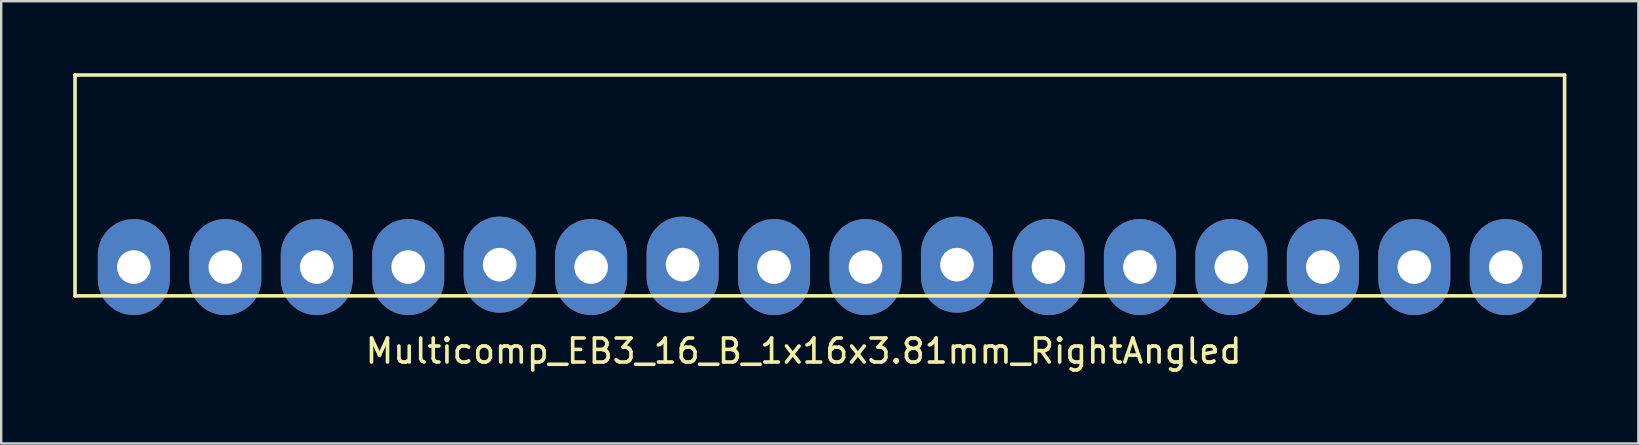
<source format=kicad_pcb>
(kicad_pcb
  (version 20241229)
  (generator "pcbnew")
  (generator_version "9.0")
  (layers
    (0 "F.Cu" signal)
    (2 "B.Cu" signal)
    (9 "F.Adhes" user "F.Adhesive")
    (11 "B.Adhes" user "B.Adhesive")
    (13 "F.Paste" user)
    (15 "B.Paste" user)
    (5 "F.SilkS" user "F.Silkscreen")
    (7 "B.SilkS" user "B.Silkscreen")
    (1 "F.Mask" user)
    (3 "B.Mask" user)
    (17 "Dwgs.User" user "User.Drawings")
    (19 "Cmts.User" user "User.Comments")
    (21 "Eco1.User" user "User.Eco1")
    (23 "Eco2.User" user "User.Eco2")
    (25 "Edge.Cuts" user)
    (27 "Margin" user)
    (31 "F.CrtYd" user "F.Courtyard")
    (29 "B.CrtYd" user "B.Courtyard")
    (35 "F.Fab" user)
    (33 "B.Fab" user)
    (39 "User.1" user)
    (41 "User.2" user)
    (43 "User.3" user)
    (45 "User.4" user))
  (footprint "Multicomp_EB3_16_B_1x16x3.81mm_RightAngled"
    (layer "F.Cu")
    (at 2.525 8.075)
    (property "Reference" "Multicomp_EB3_16_B_1x16x3.81mm_RightAngled" (at 27.9 3.5 0) (layer "F.SilkS") (effects (font (size 1 1) (thickness 0.15))))
    (attr through_hole)
    (fp_line (start -2.45 -8) (end 59.6 -8) (stroke (width 0.15) (type solid)) (layer "F.SilkS"))
    (fp_line (start -2.45 1.2) (end -2.45 -8) (stroke (width 0.15) (type solid)) (layer "F.SilkS"))
    (fp_line (start 59.6 -8) (end 59.6 1.2) (stroke (width 0.15) (type solid)) (layer "F.SilkS"))
    (fp_line (start 59.6 1.2) (end -2.45 1.2) (stroke (width 0.15) (type solid)) (layer "F.SilkS"))
    (pad "1" thru_hole oval (at 0 0) (size 3 4) (drill 1.4) (layers "*.Cu" "*.Mask"))
    (pad "2" thru_hole oval (at 3.81 0) (size 3 4) (drill 1.4) (layers "*.Cu" "*.Mask"))
    (pad "3" thru_hole oval (at 7.62 0) (size 3 4) (drill 1.4) (layers "*.Cu" "*.Mask"))
    (pad "4" thru_hole oval (at 11.43 0) (size 3 4) (drill 1.4) (layers "*.Cu" "*.Mask"))
    (pad "5" thru_hole oval (at 15.24 -0.1) (size 3 4) (drill 1.4) (layers "*.Cu" "*.Mask"))
    (pad "6" thru_hole oval (at 19.05 0) (size 3 4) (drill 1.4) (layers "*.Cu" "*.Mask"))
    (pad "7" thru_hole oval (at 22.86 -0.1) (size 3 4) (drill 1.4) (layers "*.Cu" "*.Mask"))
    (pad "8" thru_hole oval (at 26.67 0) (size 3 4) (drill 1.4) (layers "*.Cu" "*.Mask"))
    (pad "9" thru_hole oval (at 30.48 0) (size 3 4) (drill 1.4) (layers "*.Cu" "*.Mask"))
    (pad "10" thru_hole oval (at 34.29 -0.1) (size 3 4) (drill 1.4) (layers "*.Cu" "*.Mask"))
    (pad "11" thru_hole oval (at 38.1 0) (size 3 4) (drill 1.4) (layers "*.Cu" "*.Mask"))
    (pad "12" thru_hole oval (at 41.91 0) (size 3 4) (drill 1.4) (layers "*.Cu" "*.Mask"))
    (pad "13" thru_hole oval (at 45.72 0) (size 3 4) (drill 1.4) (layers "*.Cu" "*.Mask"))
    (pad "14" thru_hole oval (at 49.53 0) (size 3 4) (drill 1.4) (layers "*.Cu" "*.Mask"))
    (pad "15" thru_hole oval (at 53.34 0) (size 3 4) (drill 1.4) (layers "*.Cu" "*.Mask"))
    (pad "16" thru_hole oval (at 57.15 0) (size 3 4) (drill 1.4) (layers "*.Cu" "*.Mask")))
  (gr_rect
    (start -3 -3)
    (end 65.2 15.423)
    (stroke (width 0.1) (type default))
    (fill no)
    (layer "Edge.Cuts")))
</source>
